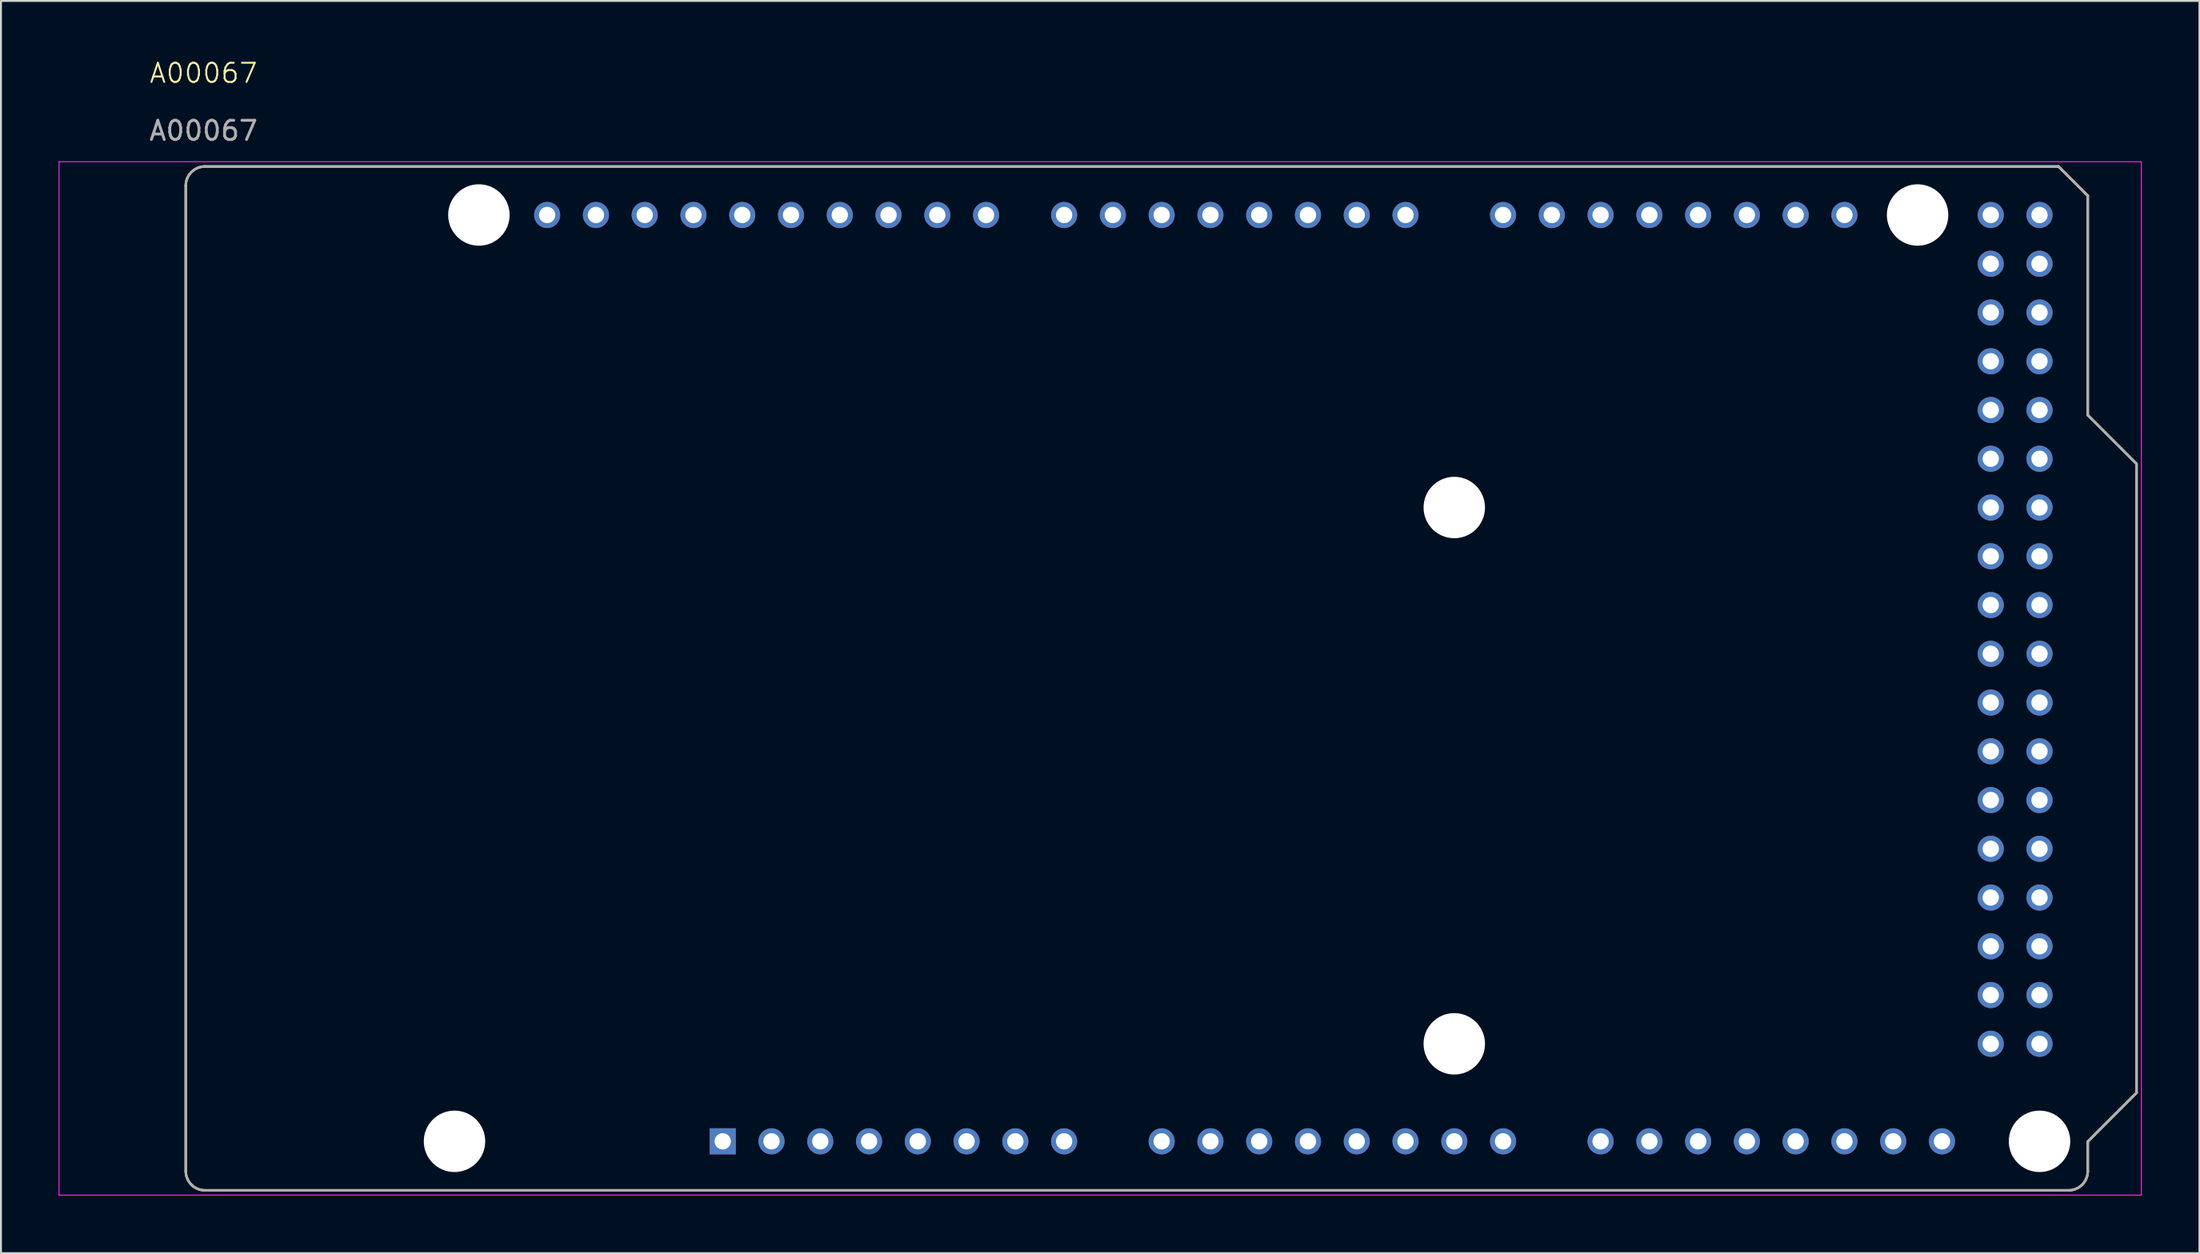
<source format=kicad_pcb>
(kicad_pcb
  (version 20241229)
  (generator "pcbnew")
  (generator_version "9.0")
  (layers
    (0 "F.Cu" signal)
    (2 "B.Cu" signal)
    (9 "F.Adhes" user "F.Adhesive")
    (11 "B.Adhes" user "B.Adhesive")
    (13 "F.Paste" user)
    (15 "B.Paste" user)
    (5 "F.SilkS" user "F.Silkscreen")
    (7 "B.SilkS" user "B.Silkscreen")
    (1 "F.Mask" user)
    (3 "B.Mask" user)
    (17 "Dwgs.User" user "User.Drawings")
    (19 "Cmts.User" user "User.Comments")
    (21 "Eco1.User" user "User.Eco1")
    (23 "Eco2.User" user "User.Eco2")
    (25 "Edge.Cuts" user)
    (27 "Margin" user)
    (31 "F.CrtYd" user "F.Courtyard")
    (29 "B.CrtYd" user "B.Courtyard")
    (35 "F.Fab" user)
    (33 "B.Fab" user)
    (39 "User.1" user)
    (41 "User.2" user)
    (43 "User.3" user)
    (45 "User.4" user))
  (footprint "A00067"
    (layer "F.Cu")
    (at 58.831 32.461)
    (property "Reference" "A00067" (at -51.28 -31.7 0) (unlocked yes) (layer "F.SilkS") (effects (font (size 1 1) (thickness 0.1))))
    (attr through_hole)
    (fp_line (start -52.206 25.503) (end -52.206 -25.837) (stroke (width 0.127) (type solid)) (layer "F.SilkS"))
    (fp_line (start -51.206 -26.837) (end 45.33 -26.837) (stroke (width 0.127) (type solid)) (layer "F.SilkS"))
    (fp_line (start 45.33 -26.837) (end 46.854 -25.313) (stroke (width 0.127) (type solid)) (layer "F.SilkS"))
    (fp_line (start 45.854 26.503) (end -51.206 26.503) (stroke (width 0.127) (type solid)) (layer "F.SilkS"))
    (fp_line (start 46.854 -25.313) (end 46.854 -13.883) (stroke (width 0.127) (type solid)) (layer "F.SilkS"))
    (fp_line (start 46.854 -13.883) (end 49.394 -11.343) (stroke (width 0.127) (type solid)) (layer "F.SilkS"))
    (fp_line (start 46.854 23.963) (end 46.854 25.503) (stroke (width 0.127) (type solid)) (layer "F.SilkS"))
    (fp_line (start 49.394 -11.343) (end 49.394 21.423) (stroke (width 0.127) (type solid)) (layer "F.SilkS"))
    (fp_line (start 49.394 21.423) (end 46.854 23.963) (stroke (width 0.127) (type solid)) (layer "F.SilkS"))
    (fp_arc (start -52.2056 -25.8372) (mid -51.912707 -26.544307) (end -51.2056 -26.8372) (stroke (width 0.127) (type solid)) (layer "F.SilkS"))
    (fp_arc (start -51.2056 26.5028) (mid -51.912707 26.209907) (end -52.2056 25.5028) (stroke (width 0.127) (type solid)) (layer "F.SilkS"))
    (fp_arc (start 46.8544 25.5028) (mid 46.561507 26.209907) (end 45.8544 26.5028) (stroke (width 0.127) (type solid)) (layer "F.SilkS"))
    (fp_line (start -58.806 -27.087) (end -58.806 26.753) (stroke (width 0.05) (type solid)) (layer "F.CrtYd"))
    (fp_line (start -58.806 26.753) (end 49.644 26.753) (stroke (width 0.05) (type solid)) (layer "F.CrtYd"))
    (fp_line (start 49.644 -27.087) (end -58.806 -27.087) (stroke (width 0.05) (type solid)) (layer "F.CrtYd"))
    (fp_line (start 49.644 26.753) (end 49.644 -27.087) (stroke (width 0.05) (type solid)) (layer "F.CrtYd"))
    (fp_line (start -52.206 25.503) (end -52.206 -25.837) (stroke (width 0.127) (type solid)) (layer "F.Fab"))
    (fp_line (start -51.206 -26.837) (end 45.33 -26.837) (stroke (width 0.127) (type solid)) (layer "F.Fab"))
    (fp_line (start 45.33 -26.837) (end 46.854 -25.313) (stroke (width 0.127) (type solid)) (layer "F.Fab"))
    (fp_line (start 45.854 26.503) (end -51.206 26.503) (stroke (width 0.127) (type solid)) (layer "F.Fab"))
    (fp_line (start 46.854 -25.313) (end 46.854 -13.883) (stroke (width 0.127) (type solid)) (layer "F.Fab"))
    (fp_line (start 46.854 -13.883) (end 49.394 -11.343) (stroke (width 0.127) (type solid)) (layer "F.Fab"))
    (fp_line (start 46.854 23.963) (end 46.854 25.503) (stroke (width 0.127) (type solid)) (layer "F.Fab"))
    (fp_line (start 49.394 -11.343) (end 49.394 21.423) (stroke (width 0.127) (type solid)) (layer "F.Fab"))
    (fp_line (start 49.394 21.423) (end 46.854 23.963) (stroke (width 0.127) (type solid)) (layer "F.Fab"))
    (fp_arc (start -52.2056 -25.8372) (mid -51.912707 -26.544307) (end -51.2056 -26.8372) (stroke (width 0.127) (type solid)) (layer "F.Fab"))
    (fp_arc (start -51.2056 26.5028) (mid -51.912707 26.209907) (end -52.2056 25.5028) (stroke (width 0.127) (type solid)) (layer "F.Fab"))
    (fp_arc (start 46.8544 25.5028) (mid 46.561507 26.209907) (end 45.8544 26.5028) (stroke (width 0.127) (type solid)) (layer "F.Fab"))
    (fp_text user "${REFERENCE}" (at -51.28 -28.7 0) (unlocked yes) (layer "F.Fab") (effects (font (size 1 1) (thickness 0.15))))
    (pad "" np_thru_hole circle (at -38.21 23.95) (size 3.2 3.2) (drill 3.2) (layers "*.Cu" "*.Mask"))
    (pad "" np_thru_hole circle (at -36.94 -24.31) (size 3.2 3.2) (drill 3.2) (layers "*.Cu" "*.Mask"))
    (pad "" np_thru_hole circle (at 13.86 -9.07) (size 3.2 3.2) (drill 3.2) (layers "*.Cu" "*.Mask"))
    (pad "" np_thru_hole circle (at 13.86 18.87) (size 3.2 3.2) (drill 3.2) (layers "*.Cu" "*.Mask"))
    (pad "" np_thru_hole circle (at 37.99 -24.31) (size 3.2 3.2) (drill 3.2) (layers "*.Cu" "*.Mask"))
    (pad "" np_thru_hole circle (at 44.34 23.95) (size 3.2 3.2) (drill 3.2) (layers "*.Cu" "*.Mask"))
    (pad "0" thru_hole circle (at 11.32 -24.31) (size 1.358 1.358) (drill 0.85) (layers "*.Cu" "*.Mask"))
    (pad "1" thru_hole circle (at 8.78 -24.31) (size 1.358 1.358) (drill 0.85) (layers "*.Cu" "*.Mask"))
    (pad "2" thru_hole circle (at 6.24 -24.31) (size 1.358 1.358) (drill 0.85) (layers "*.Cu" "*.Mask"))
    (pad "3" thru_hole circle (at 3.7 -24.31) (size 1.358 1.358) (drill 0.85) (layers "*.Cu" "*.Mask"))
    (pad "3V3" thru_hole circle (at -16.62 23.95) (size 1.358 1.358) (drill 0.85) (layers "*.Cu" "*.Mask"))
    (pad "4" thru_hole circle (at 1.16 -24.31) (size 1.358 1.358) (drill 0.85) (layers "*.Cu" "*.Mask"))
    (pad "5" thru_hole circle (at -1.38 -24.31) (size 1.358 1.358) (drill 0.85) (layers "*.Cu" "*.Mask"))
    (pad "5V_1" thru_hole circle (at -14.08 23.95) (size 1.358 1.358) (drill 0.85) (layers "*.Cu" "*.Mask"))
    (pad "5V_2" thru_hole circle (at 41.8 -24.31) (size 1.358 1.358) (drill 0.85) (layers "*.Cu" "*.Mask"))
    (pad "5V_3" thru_hole circle (at 44.34 -24.31) (size 1.358 1.358) (drill 0.85) (layers "*.Cu" "*.Mask"))
    (pad "6" thru_hole circle (at -3.92 -24.31) (size 1.358 1.358) (drill 0.85) (layers "*.Cu" "*.Mask"))
    (pad "7" thru_hole circle (at -6.46 -24.31) (size 1.358 1.358) (drill 0.85) (layers "*.Cu" "*.Mask"))
    (pad "8" thru_hole circle (at -10.524 -24.31) (size 1.358 1.358) (drill 0.85) (layers "*.Cu" "*.Mask"))
    (pad "9" thru_hole circle (at -13.064 -24.31) (size 1.358 1.358) (drill 0.85) (layers "*.Cu" "*.Mask"))
    (pad "10" thru_hole circle (at -15.604 -24.31) (size 1.358 1.358) (drill 0.85) (layers "*.Cu" "*.Mask"))
    (pad "11" thru_hole circle (at -18.144 -24.31) (size 1.358 1.358) (drill 0.85) (layers "*.Cu" "*.Mask"))
    (pad "12" thru_hole circle (at -20.684 -24.31) (size 1.358 1.358) (drill 0.85) (layers "*.Cu" "*.Mask"))
    (pad "13" thru_hole circle (at -23.224 -24.31) (size 1.358 1.358) (drill 0.85) (layers "*.Cu" "*.Mask"))
    (pad "14" thru_hole circle (at 16.4 -24.31) (size 1.358 1.358) (drill 0.85) (layers "*.Cu" "*.Mask"))
    (pad "15" thru_hole circle (at 18.94 -24.31) (size 1.358 1.358) (drill 0.85) (layers "*.Cu" "*.Mask"))
    (pad "16" thru_hole circle (at 21.48 -24.31) (size 1.358 1.358) (drill 0.85) (layers "*.Cu" "*.Mask"))
    (pad "17" thru_hole circle (at 24.02 -24.31) (size 1.358 1.358) (drill 0.85) (layers "*.Cu" "*.Mask"))
    (pad "18" thru_hole circle (at 26.56 -24.31) (size 1.358 1.358) (drill 0.85) (layers "*.Cu" "*.Mask"))
    (pad "19" thru_hole circle (at 29.1 -24.31) (size 1.358 1.358) (drill 0.85) (layers "*.Cu" "*.Mask"))
    (pad "20" thru_hole circle (at 31.64 -24.31) (size 1.358 1.358) (drill 0.85) (layers "*.Cu" "*.Mask"))
    (pad "21" thru_hole circle (at 34.18 -24.31) (size 1.358 1.358) (drill 0.85) (layers "*.Cu" "*.Mask"))
    (pad "22" thru_hole circle (at 41.8 -21.77) (size 1.358 1.358) (drill 0.85) (layers "*.Cu" "*.Mask"))
    (pad "23" thru_hole circle (at 44.34 -21.77) (size 1.358 1.358) (drill 0.85) (layers "*.Cu" "*.Mask"))
    (pad "24" thru_hole circle (at 41.8 -19.23) (size 1.358 1.358) (drill 0.85) (layers "*.Cu" "*.Mask"))
    (pad "25" thru_hole circle (at 44.34 -19.23) (size 1.358 1.358) (drill 0.85) (layers "*.Cu" "*.Mask"))
    (pad "26" thru_hole circle (at 41.8 -16.69) (size 1.358 1.358) (drill 0.85) (layers "*.Cu" "*.Mask"))
    (pad "27" thru_hole circle (at 44.34 -16.69) (size 1.358 1.358) (drill 0.85) (layers "*.Cu" "*.Mask"))
    (pad "28" thru_hole circle (at 41.8 -14.15) (size 1.358 1.358) (drill 0.85) (layers "*.Cu" "*.Mask"))
    (pad "29" thru_hole circle (at 44.34 -14.15) (size 1.358 1.358) (drill 0.85) (layers "*.Cu" "*.Mask"))
    (pad "30" thru_hole circle (at 41.8 -11.61) (size 1.358 1.358) (drill 0.85) (layers "*.Cu" "*.Mask"))
    (pad "31" thru_hole circle (at 44.34 -11.61) (size 1.358 1.358) (drill 0.85) (layers "*.Cu" "*.Mask"))
    (pad "32" thru_hole circle (at 41.8 -9.07) (size 1.358 1.358) (drill 0.85) (layers "*.Cu" "*.Mask"))
    (pad "33" thru_hole circle (at 44.34 -9.07) (size 1.358 1.358) (drill 0.85) (layers "*.Cu" "*.Mask"))
    (pad "34" thru_hole circle (at 41.8 -6.53) (size 1.358 1.358) (drill 0.85) (layers "*.Cu" "*.Mask"))
    (pad "35" thru_hole circle (at 44.34 -6.53) (size 1.358 1.358) (drill 0.85) (layers "*.Cu" "*.Mask"))
    (pad "36" thru_hole circle (at 41.8 -3.99) (size 1.358 1.358) (drill 0.85) (layers "*.Cu" "*.Mask"))
    (pad "37" thru_hole circle (at 44.34 -3.99) (size 1.358 1.358) (drill 0.85) (layers "*.Cu" "*.Mask"))
    (pad "38" thru_hole circle (at 41.8 -1.45) (size 1.358 1.358) (drill 0.85) (layers "*.Cu" "*.Mask"))
    (pad "39" thru_hole circle (at 44.34 -1.45) (size 1.358 1.358) (drill 0.85) (layers "*.Cu" "*.Mask"))
    (pad "40" thru_hole circle (at 41.8 1.09) (size 1.358 1.358) (drill 0.85) (layers "*.Cu" "*.Mask"))
    (pad "41" thru_hole circle (at 44.34 1.09) (size 1.358 1.358) (drill 0.85) (layers "*.Cu" "*.Mask"))
    (pad "42" thru_hole circle (at 41.8 3.63) (size 1.358 1.358) (drill 0.85) (layers "*.Cu" "*.Mask"))
    (pad "43" thru_hole circle (at 44.34 3.63) (size 1.358 1.358) (drill 0.85) (layers "*.Cu" "*.Mask"))
    (pad "44" thru_hole circle (at 41.8 6.17) (size 1.358 1.358) (drill 0.85) (layers "*.Cu" "*.Mask"))
    (pad "45" thru_hole circle (at 44.34 6.17) (size 1.358 1.358) (drill 0.85) (layers "*.Cu" "*.Mask"))
    (pad "46" thru_hole circle (at 41.8 8.71) (size 1.358 1.358) (drill 0.85) (layers "*.Cu" "*.Mask"))
    (pad "47" thru_hole circle (at 44.34 8.71) (size 1.358 1.358) (drill 0.85) (layers "*.Cu" "*.Mask"))
    (pad "48" thru_hole circle (at 41.8 11.25) (size 1.358 1.358) (drill 0.85) (layers "*.Cu" "*.Mask"))
    (pad "49" thru_hole circle (at 44.34 11.25) (size 1.358 1.358) (drill 0.85) (layers "*.Cu" "*.Mask"))
    (pad "50" thru_hole circle (at 41.8 13.79) (size 1.358 1.358) (drill 0.85) (layers "*.Cu" "*.Mask"))
    (pad "51" thru_hole circle (at 44.34 13.79) (size 1.358 1.358) (drill 0.85) (layers "*.Cu" "*.Mask"))
    (pad "52" thru_hole circle (at 41.8 16.33) (size 1.358 1.358) (drill 0.85) (layers "*.Cu" "*.Mask"))
    (pad "53" thru_hole circle (at 44.34 16.33) (size 1.358 1.358) (drill 0.85) (layers "*.Cu" "*.Mask"))
    (pad "AD0" thru_hole circle (at -1.38 23.95) (size 1.358 1.358) (drill 0.85) (layers "*.Cu" "*.Mask"))
    (pad "AD1" thru_hole circle (at 1.16 23.95) (size 1.358 1.358) (drill 0.85) (layers "*.Cu" "*.Mask"))
    (pad "AD2" thru_hole circle (at 3.7 23.95) (size 1.358 1.358) (drill 0.85) (layers "*.Cu" "*.Mask"))
    (pad "AD3" thru_hole circle (at 6.24 23.95) (size 1.358 1.358) (drill 0.85) (layers "*.Cu" "*.Mask"))
    (pad "AD4" thru_hole circle (at 8.78 23.95) (size 1.358 1.358) (drill 0.85) (layers "*.Cu" "*.Mask"))
    (pad "AD5" thru_hole circle (at 11.32 23.95) (size 1.358 1.358) (drill 0.85) (layers "*.Cu" "*.Mask"))
    (pad "AD6" thru_hole circle (at 13.86 23.95) (size 1.358 1.358) (drill 0.85) (layers "*.Cu" "*.Mask"))
    (pad "AD7" thru_hole circle (at 16.4 23.95) (size 1.358 1.358) (drill 0.85) (layers "*.Cu" "*.Mask"))
    (pad "AD8" thru_hole circle (at 21.48 23.95) (size 1.358 1.358) (drill 0.85) (layers "*.Cu" "*.Mask"))
    (pad "AD9" thru_hole circle (at 24.02 23.95) (size 1.358 1.358) (drill 0.85) (layers "*.Cu" "*.Mask"))
    (pad "AD10" thru_hole circle (at 26.56 23.95) (size 1.358 1.358) (drill 0.85) (layers "*.Cu" "*.Mask"))
    (pad "AD11" thru_hole circle (at 29.1 23.95) (size 1.358 1.358) (drill 0.85) (layers "*.Cu" "*.Mask"))
    (pad "AD12" thru_hole circle (at 31.64 23.95) (size 1.358 1.358) (drill 0.85) (layers "*.Cu" "*.Mask"))
    (pad "AD13" thru_hole circle (at 34.18 23.95) (size 1.358 1.358) (drill 0.85) (layers "*.Cu" "*.Mask"))
    (pad "AD14" thru_hole circle (at 36.72 23.95) (size 1.358 1.358) (drill 0.85) (layers "*.Cu" "*.Mask"))
    (pad "AD15" thru_hole circle (at 39.26 23.95) (size 1.358 1.358) (drill 0.85) (layers "*.Cu" "*.Mask"))
    (pad "AREF" thru_hole circle (at -28.304 -24.31) (size 1.358 1.358) (drill 0.85) (layers "*.Cu" "*.Mask"))
    (pad "GND1" thru_hole circle (at -11.54 23.95) (size 1.358 1.358) (drill 0.85) (layers "*.Cu" "*.Mask"))
    (pad "GND2" thru_hole circle (at -9 23.95) (size 1.358 1.358) (drill 0.85) (layers "*.Cu" "*.Mask"))
    (pad "GND3" thru_hole circle (at -25.764 -24.31) (size 1.358 1.358) (drill 0.85) (layers "*.Cu" "*.Mask"))
    (pad "GND4" thru_hole circle (at 41.8 18.87) (size 1.358 1.358) (drill 0.85) (layers "*.Cu" "*.Mask"))
    (pad "GND5" thru_hole circle (at 44.34 18.87) (size 1.358 1.358) (drill 0.85) (layers "*.Cu" "*.Mask"))
    (pad "IOREF" thru_hole circle (at -21.7 23.95) (size 1.358 1.358) (drill 0.85) (layers "*.Cu" "*.Mask"))
    (pad "NC" thru_hole rect (at -24.24 23.95) (size 1.358 1.358) (drill 0.85) (layers "*.Cu" "*.Mask"))
    (pad "RESET" thru_hole circle (at -19.16 23.95) (size 1.358 1.358) (drill 0.85) (layers "*.Cu" "*.Mask"))
    (pad "SCL" thru_hole circle (at -33.384 -24.31) (size 1.358 1.358) (drill 0.85) (layers "*.Cu" "*.Mask"))
    (pad "SDA" thru_hole circle (at -30.844 -24.31) (size 1.358 1.358) (drill 0.85) (layers "*.Cu" "*.Mask"))
    (pad "VIN" thru_hole circle (at -6.46 23.95) (size 1.358 1.358) (drill 0.85) (layers "*.Cu" "*.Mask")))
  (gr_rect
    (start -3 -3)
    (end 111.5 62.238)
    (stroke (width 0.1) (type default))
    (fill no)
    (layer "Edge.Cuts")))
</source>
